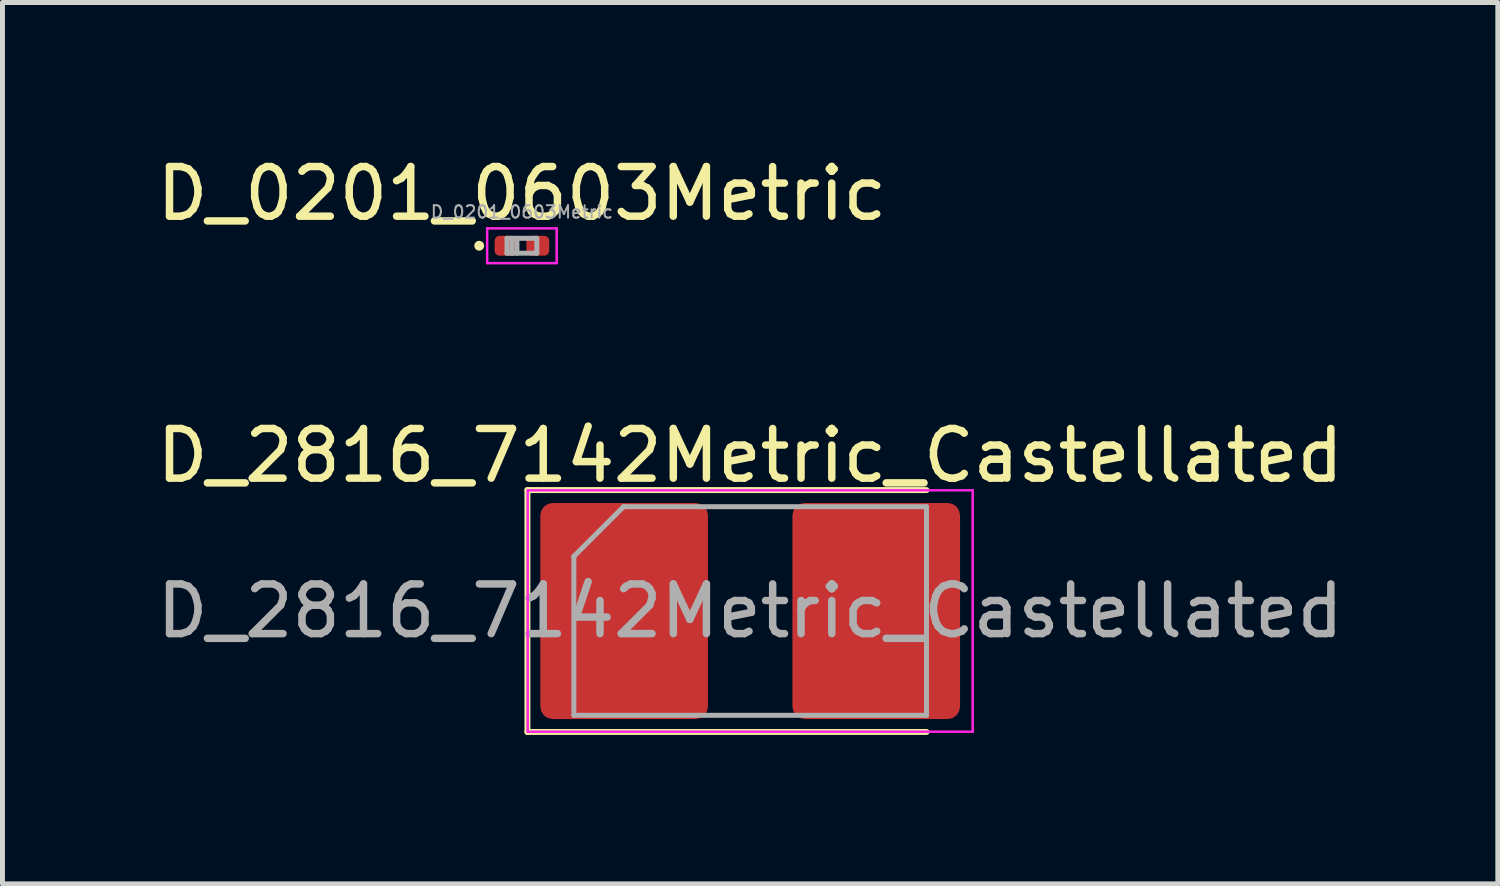
<source format=kicad_pcb>
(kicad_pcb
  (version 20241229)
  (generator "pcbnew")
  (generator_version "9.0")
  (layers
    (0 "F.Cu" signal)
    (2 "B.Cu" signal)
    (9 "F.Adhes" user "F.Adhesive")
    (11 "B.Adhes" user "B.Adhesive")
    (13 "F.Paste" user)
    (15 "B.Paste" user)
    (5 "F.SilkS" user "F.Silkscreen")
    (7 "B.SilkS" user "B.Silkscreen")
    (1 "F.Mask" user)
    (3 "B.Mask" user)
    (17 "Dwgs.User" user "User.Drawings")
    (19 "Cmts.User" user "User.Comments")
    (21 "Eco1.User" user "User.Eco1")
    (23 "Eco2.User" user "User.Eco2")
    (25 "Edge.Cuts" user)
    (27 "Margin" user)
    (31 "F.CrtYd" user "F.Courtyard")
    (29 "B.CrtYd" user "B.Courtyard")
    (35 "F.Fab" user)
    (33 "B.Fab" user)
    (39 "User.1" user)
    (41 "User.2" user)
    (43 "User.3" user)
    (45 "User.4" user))
  (footprint "D_0201_0603Metric"
    (layer "F.Cu")
    (at 7.458 1.898)
    (property "Reference" "D_0201_0603Metric" (at 0 -1.05 0) (layer "F.SilkS") (effects (font (size 1 1) (thickness 0.15))))
    (attr smd)
    (fp_circle (center -0.86 0) (end -0.81 0) (stroke (width 0.1) (type solid)) (fill no) (layer "F.SilkS"))
    (fp_line (start -0.7 -0.35) (end 0.7 -0.35) (stroke (width 0.05) (type solid)) (layer "F.CrtYd"))
    (fp_line (start -0.7 0.35) (end -0.7 -0.35) (stroke (width 0.05) (type solid)) (layer "F.CrtYd"))
    (fp_line (start 0.7 -0.35) (end 0.7 0.35) (stroke (width 0.05) (type solid)) (layer "F.CrtYd"))
    (fp_line (start 0.7 0.35) (end -0.7 0.35) (stroke (width 0.05) (type solid)) (layer "F.CrtYd"))
    (fp_line (start -0.3 -0.15) (end 0.3 -0.15) (stroke (width 0.1) (type solid)) (layer "F.Fab"))
    (fp_line (start -0.3 0.15) (end -0.3 -0.15) (stroke (width 0.1) (type solid)) (layer "F.Fab"))
    (fp_line (start -0.2 0.15) (end -0.2 -0.15) (stroke (width 0.1) (type solid)) (layer "F.Fab"))
    (fp_line (start -0.1 0.15) (end -0.1 -0.15) (stroke (width 0.1) (type solid)) (layer "F.Fab"))
    (fp_line (start 0.3 -0.15) (end 0.3 0.15) (stroke (width 0.1) (type solid)) (layer "F.Fab"))
    (fp_line (start 0.3 0.15) (end -0.3 0.15) (stroke (width 0.1) (type solid)) (layer "F.Fab"))
    (fp_text user "${REFERENCE}" (at 0 -0.68 0) (layer "F.Fab") (effects (font (size 0.25 0.25) (thickness 0.04))))
    (pad "" smd roundrect (at -0.345 0) (size 0.318 0.36) (layers "F.Paste") (roundrect_rratio 0.25))
    (pad "" smd roundrect (at 0.345 0) (size 0.318 0.36) (layers "F.Paste") (roundrect_rratio 0.25))
    (pad "1" smd roundrect (at -0.32 0) (size 0.46 0.4) (layers "F.Cu" "F.Mask") (roundrect_rratio 0.25))
    (pad "2" smd roundrect (at 0.32 0) (size 0.46 0.4) (layers "F.Cu" "F.Mask") (roundrect_rratio 0.25)))
  (footprint "D_2816_7142Metric_Castellated"
    (layer "F.Cu")
    (at 12.054 9.252)
    (property "Reference" "D_2816_7142Metric_Castellated" (at 0 -3.13 0) (layer "F.SilkS") (effects (font (size 1 1) (thickness 0.15))))
    (attr smd)
    (fp_line (start -4.485 -2.435) (end -4.485 2.435) (stroke (width 0.12) (type solid)) (layer "F.SilkS"))
    (fp_line (start -4.485 2.435) (end 3.55 2.435) (stroke (width 0.12) (type solid)) (layer "F.SilkS"))
    (fp_line (start 3.55 -2.435) (end -4.485 -2.435) (stroke (width 0.12) (type solid)) (layer "F.SilkS"))
    (fp_line (start -4.48 -2.43) (end 4.48 -2.43) (stroke (width 0.05) (type solid)) (layer "F.CrtYd"))
    (fp_line (start -4.48 2.43) (end -4.48 -2.43) (stroke (width 0.05) (type solid)) (layer "F.CrtYd"))
    (fp_line (start 4.48 -2.43) (end 4.48 2.43) (stroke (width 0.05) (type solid)) (layer "F.CrtYd"))
    (fp_line (start 4.48 2.43) (end -4.48 2.43) (stroke (width 0.05) (type solid)) (layer "F.CrtYd"))
    (fp_line (start -3.55 -1.1) (end -3.55 2.1) (stroke (width 0.1) (type solid)) (layer "F.Fab"))
    (fp_line (start -3.55 2.1) (end 3.55 2.1) (stroke (width 0.1) (type solid)) (layer "F.Fab"))
    (fp_line (start -2.55 -2.1) (end -3.55 -1.1) (stroke (width 0.1) (type solid)) (layer "F.Fab"))
    (fp_line (start 3.55 -2.1) (end -2.55 -2.1) (stroke (width 0.1) (type solid)) (layer "F.Fab"))
    (fp_line (start 3.55 2.1) (end 3.55 -2.1) (stroke (width 0.1) (type solid)) (layer "F.Fab"))
    (fp_text user "${REFERENCE}" (at 0 0 0) (layer "F.Fab") (effects (font (size 1 1) (thickness 0.15))))
    (pad "1" smd roundrect (at -2.538 0) (size 3.375 4.35) (layers "F.Cu" "F.Mask" "F.Paste") (roundrect_rratio 0.074))
    (pad "2" smd roundrect (at 2.538 0) (size 3.375 4.35) (layers "F.Cu" "F.Mask" "F.Paste") (roundrect_rratio 0.074)))
  (gr_rect
    (start -3 -3)
    (end 27.107 14.746)
    (stroke (width 0.1) (type default))
    (fill no)
    (layer "Edge.Cuts")))
</source>
